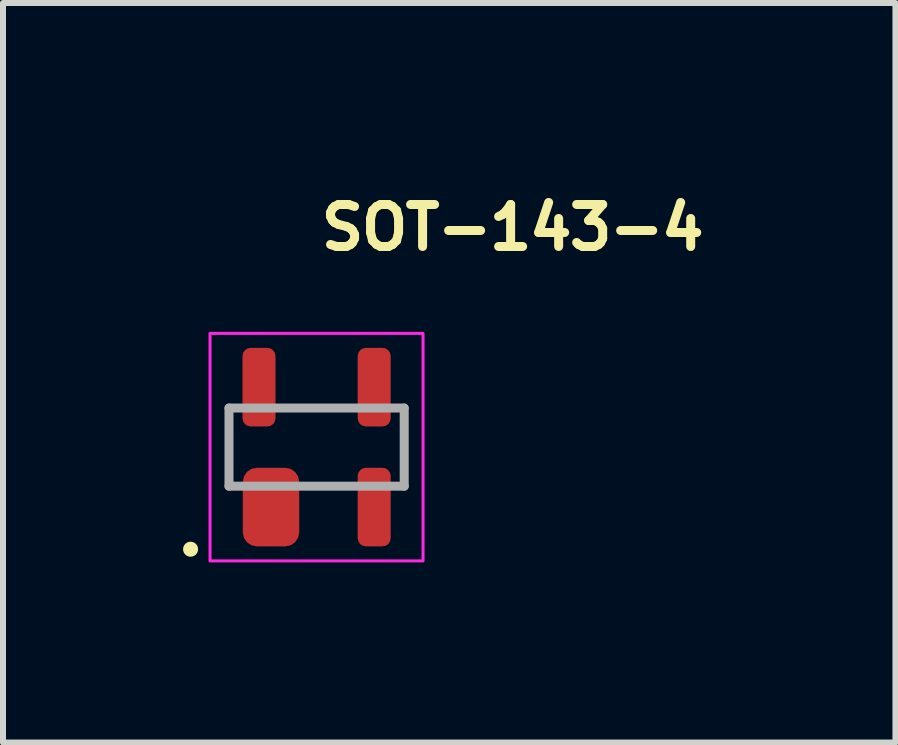
<source format=kicad_pcb>
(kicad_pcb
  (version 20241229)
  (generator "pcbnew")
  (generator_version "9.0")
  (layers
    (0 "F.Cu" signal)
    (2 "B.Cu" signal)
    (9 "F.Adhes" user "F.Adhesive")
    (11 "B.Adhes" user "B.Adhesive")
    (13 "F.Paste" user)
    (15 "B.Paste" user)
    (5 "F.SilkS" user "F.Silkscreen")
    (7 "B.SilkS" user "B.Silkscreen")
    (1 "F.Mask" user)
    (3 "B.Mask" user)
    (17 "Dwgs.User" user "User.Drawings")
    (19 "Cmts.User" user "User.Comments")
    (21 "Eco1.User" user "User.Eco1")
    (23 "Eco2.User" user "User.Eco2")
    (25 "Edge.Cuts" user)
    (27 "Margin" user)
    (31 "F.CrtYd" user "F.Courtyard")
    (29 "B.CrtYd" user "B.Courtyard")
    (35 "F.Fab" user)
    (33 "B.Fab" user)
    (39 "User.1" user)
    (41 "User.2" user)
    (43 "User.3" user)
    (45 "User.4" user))
  (footprint "SOT-143-4"
    (layer "F.Cu")
    (at 2.225 4.4)
    (property "Reference" "SOT-143-4" (at 0 -3.25 0) (layer "F.SilkS") (effects (font (size 0.7 0.7) (thickness 0.15)) (justify left bottom)))
    (attr smd)
    (fp_circle (center -2.1 1.7) (end -2.05 1.7) (stroke (width 0.15) (type solid)) (fill yes) (layer "F.SilkS"))
    (fp_rect (start -1.776 -1.896) (end 1.773 1.895) (stroke (width 0.05) (type solid)) (fill no) (layer "F.CrtYd"))
    (fp_line (start -1.46 0.65) (end -1.46 -0.652) (stroke (width 0.15) (type solid)) (layer "F.Fab"))
    (fp_line (start -1.46 0.65) (end 1.459 0.65) (stroke (width 0.15) (type solid)) (layer "F.Fab"))
    (fp_line (start 1.459 -0.652) (end -1.46 -0.652) (stroke (width 0.15) (type solid)) (layer "F.Fab"))
    (fp_line (start 1.459 -0.652) (end 1.459 0.65) (stroke (width 0.15) (type solid)) (layer "F.Fab"))
    (fp_rect (start -1.526 -1.321) (end 1.523 1.32) (stroke (width 0.1) (type solid)) (fill no) (layer "User.5"))
    (fp_line (start -1.524 -0.699) (end 1.523 -0.699) (stroke (width 0.02) (type solid)) (layer "User.9"))
    (fp_line (start -1.524 0.697) (end -1.524 -0.699) (stroke (width 0.02) (type solid)) (layer "User.9"))
    (fp_line (start -1.524 0.697) (end -1.373 0.672) (stroke (width 0.02) (type solid)) (layer "User.9"))
    (fp_line (start -1.373 -0.675) (end -1.526 -0.7) (stroke (width 0.02) (type solid)) (layer "User.9"))
    (fp_line (start -1.373 -0.675) (end 1.372 -0.675) (stroke (width 0.02) (type solid)) (layer "User.9"))
    (fp_line (start -1.373 0.673) (end -1.373 -0.675) (stroke (width 0.02) (type solid)) (layer "User.9"))
    (fp_line (start -1.214 -1.321) (end -0.706 -1.321) (stroke (width 0.02) (type solid)) (layer "User.9"))
    (fp_line (start -1.214 -1.258) (end -1.214 -1.321) (stroke (width 0.02) (type solid)) (layer "User.9"))
    (fp_line (start -1.214 -1.111) (end -1.214 -1.258) (stroke (width 0.02) (type solid)) (layer "User.9"))
    (fp_line (start -1.214 -1.057) (end -1.214 -1.111) (stroke (width 0.02) (type solid)) (layer "User.9"))
    (fp_line (start -1.214 -0.763) (end -1.214 -1.059) (stroke (width 0.02) (type solid)) (layer "User.9"))
    (fp_line (start -1.214 -0.7) (end -1.214 -0.763) (stroke (width 0.02) (type solid)) (layer "User.9"))
    (fp_line (start -1.214 -0.7) (end -0.706 -0.7) (stroke (width 0.02) (type solid)) (layer "User.9"))
    (fp_line (start -1.214 0.761) (end -1.214 0.697) (stroke (width 0.02) (type solid)) (layer "User.9"))
    (fp_line (start -1.214 1.056) (end -1.214 0.761) (stroke (width 0.02) (type solid)) (layer "User.9"))
    (fp_line (start -1.214 1.108) (end -1.214 1.056) (stroke (width 0.02) (type solid)) (layer "User.9"))
    (fp_line (start -1.214 1.255) (end -1.214 1.108) (stroke (width 0.02) (type solid)) (layer "User.9"))
    (fp_line (start -1.214 1.32) (end -1.214 1.255) (stroke (width 0.02) (type solid)) (layer "User.9"))
    (fp_line (start -0.822 0.371) (end -0.822 0.374) (stroke (width 0.02) (type solid)) (layer "User.9"))
    (fp_line (start -0.822 0.374) (end -0.822 0.374) (stroke (width 0.02) (type solid)) (layer "User.9"))
    (fp_line (start -0.822 0.374) (end -0.822 0.378) (stroke (width 0.02) (type solid)) (layer "User.9"))
    (fp_line (start -0.822 0.378) (end -0.821 0.382) (stroke (width 0.02) (type solid)) (layer "User.9"))
    (fp_line (start -0.821 0.363) (end -0.821 0.367) (stroke (width 0.02) (type solid)) (layer "User.9"))
    (fp_line (start -0.821 0.367) (end -0.822 0.371) (stroke (width 0.02) (type solid)) (layer "User.9"))
    (fp_line (start -0.821 0.382) (end -0.821 0.387) (stroke (width 0.02) (type solid)) (layer "User.9"))
    (fp_line (start -0.821 0.387) (end -0.82 0.391) (stroke (width 0.02) (type solid)) (layer "User.9"))
    (fp_line (start -0.82 0.359) (end -0.821 0.363) (stroke (width 0.02) (type solid)) (layer "User.9"))
    (fp_line (start -0.82 0.391) (end -0.819 0.395) (stroke (width 0.02) (type solid)) (layer "User.9"))
    (fp_line (start -0.819 0.355) (end -0.82 0.359) (stroke (width 0.02) (type solid)) (layer "User.9"))
    (fp_line (start -0.819 0.395) (end -0.818 0.398) (stroke (width 0.02) (type solid)) (layer "User.9"))
    (fp_line (start -0.818 0.352) (end -0.819 0.355) (stroke (width 0.02) (type solid)) (layer "User.9"))
    (fp_line (start -0.818 0.398) (end -0.817 0.402) (stroke (width 0.02) (type solid)) (layer "User.9"))
    (fp_line (start -0.817 0.349) (end -0.818 0.352) (stroke (width 0.02) (type solid)) (layer "User.9"))
    (fp_line (start -0.817 0.402) (end -0.816 0.405) (stroke (width 0.02) (type solid)) (layer "User.9"))
    (fp_line (start -0.816 0.346) (end -0.817 0.349) (stroke (width 0.02) (type solid)) (layer "User.9"))
    (fp_line (start -0.816 0.405) (end -0.814 0.409) (stroke (width 0.02) (type solid)) (layer "User.9"))
    (fp_line (start -0.814 0.342) (end -0.816 0.346) (stroke (width 0.02) (type solid)) (layer "User.9"))
    (fp_line (start -0.814 0.409) (end -0.813 0.412) (stroke (width 0.02) (type solid)) (layer "User.9"))
    (fp_line (start -0.813 0.339) (end -0.814 0.342) (stroke (width 0.02) (type solid)) (layer "User.9"))
    (fp_line (start -0.813 0.412) (end -0.811 0.415) (stroke (width 0.02) (type solid)) (layer "User.9"))
    (fp_line (start -0.811 0.336) (end -0.813 0.339) (stroke (width 0.02) (type solid)) (layer "User.9"))
    (fp_line (start -0.811 0.415) (end -0.809 0.417) (stroke (width 0.02) (type solid)) (layer "User.9"))
    (fp_line (start -0.809 0.333) (end -0.811 0.336) (stroke (width 0.02) (type solid)) (layer "User.9"))
    (fp_line (start -0.809 0.417) (end -0.807 0.42) (stroke (width 0.02) (type solid)) (layer "User.9"))
    (fp_line (start -0.807 0.33) (end -0.809 0.333) (stroke (width 0.02) (type solid)) (layer "User.9"))
    (fp_line (start -0.807 0.42) (end -0.804 0.423) (stroke (width 0.02) (type solid)) (layer "User.9"))
    (fp_line (start -0.804 0.327) (end -0.807 0.33) (stroke (width 0.02) (type solid)) (layer "User.9"))
    (fp_line (start -0.804 0.423) (end -0.802 0.426) (stroke (width 0.02) (type solid)) (layer "User.9"))
    (fp_line (start -0.802 0.324) (end -0.804 0.327) (stroke (width 0.02) (type solid)) (layer "User.9"))
    (fp_line (start -0.802 0.426) (end -0.799 0.428) (stroke (width 0.02) (type solid)) (layer "User.9"))
    (fp_line (start -0.799 0.322) (end -0.802 0.324) (stroke (width 0.02) (type solid)) (layer "User.9"))
    (fp_line (start -0.799 0.428) (end -0.797 0.431) (stroke (width 0.02) (type solid)) (layer "User.9"))
    (fp_line (start -0.797 0.318) (end -0.799 0.322) (stroke (width 0.02) (type solid)) (layer "User.9"))
    (fp_line (start -0.797 0.431) (end -0.794 0.433) (stroke (width 0.02) (type solid)) (layer "User.9"))
    (fp_line (start -0.794 0.316) (end -0.797 0.318) (stroke (width 0.02) (type solid)) (layer "User.9"))
    (fp_line (start -0.794 0.433) (end -0.791 0.436) (stroke (width 0.02) (type solid)) (layer "User.9"))
    (fp_line (start -0.791 0.313) (end -0.794 0.316) (stroke (width 0.02) (type solid)) (layer "User.9"))
    (fp_line (start -0.791 0.436) (end -0.788 0.438) (stroke (width 0.02) (type solid)) (layer "User.9"))
    (fp_line (start -0.788 0.311) (end -0.791 0.313) (stroke (width 0.02) (type solid)) (layer "User.9"))
    (fp_line (start -0.788 0.438) (end -0.785 0.44) (stroke (width 0.02) (type solid)) (layer "User.9"))
    (fp_line (start -0.785 0.309) (end -0.788 0.311) (stroke (width 0.02) (type solid)) (layer "User.9"))
    (fp_line (start -0.785 0.44) (end -0.782 0.442) (stroke (width 0.02) (type solid)) (layer "User.9"))
    (fp_line (start -0.782 0.307) (end -0.785 0.309) (stroke (width 0.02) (type solid)) (layer "User.9"))
    (fp_line (start -0.782 0.442) (end -0.779 0.443) (stroke (width 0.02) (type solid)) (layer "User.9"))
    (fp_line (start -0.779 0.306) (end -0.782 0.307) (stroke (width 0.02) (type solid)) (layer "User.9"))
    (fp_line (start -0.779 0.443) (end -0.775 0.445) (stroke (width 0.02) (type solid)) (layer "User.9"))
    (fp_line (start -0.775 0.304) (end -0.779 0.306) (stroke (width 0.02) (type solid)) (layer "User.9"))
    (fp_line (start -0.775 0.445) (end -0.772 0.446) (stroke (width 0.02) (type solid)) (layer "User.9"))
    (fp_line (start -0.772 0.303) (end -0.775 0.304) (stroke (width 0.02) (type solid)) (layer "User.9"))
    (fp_line (start -0.772 0.446) (end -0.767 0.448) (stroke (width 0.02) (type solid)) (layer "User.9"))
    (fp_line (start -0.767 0.302) (end -0.772 0.303) (stroke (width 0.02) (type solid)) (layer "User.9"))
    (fp_line (start -0.767 0.448) (end -0.764 0.449) (stroke (width 0.02) (type solid)) (layer "User.9"))
    (fp_line (start -0.764 0.301) (end -0.767 0.302) (stroke (width 0.02) (type solid)) (layer "User.9"))
    (fp_line (start -0.764 0.449) (end -0.76 0.45) (stroke (width 0.02) (type solid)) (layer "User.9"))
    (fp_line (start -0.76 0.3) (end -0.764 0.301) (stroke (width 0.02) (type solid)) (layer "User.9"))
    (fp_line (start -0.76 0.45) (end -0.756 0.451) (stroke (width 0.02) (type solid)) (layer "User.9"))
    (fp_line (start -0.756 0.299) (end -0.76 0.3) (stroke (width 0.02) (type solid)) (layer "User.9"))
    (fp_line (start -0.756 0.451) (end -0.752 0.451) (stroke (width 0.02) (type solid)) (layer "User.9"))
    (fp_line (start -0.752 0.299) (end -0.756 0.299) (stroke (width 0.02) (type solid)) (layer "User.9"))
    (fp_line (start -0.752 0.451) (end -0.748 0.452) (stroke (width 0.02) (type solid)) (layer "User.9"))
    (fp_line (start -0.748 0.298) (end -0.752 0.299) (stroke (width 0.02) (type solid)) (layer "User.9"))
    (fp_line (start -0.748 0.452) (end -0.744 0.452) (stroke (width 0.02) (type solid)) (layer "User.9"))
    (fp_line (start -0.744 0.298) (end -0.748 0.298) (stroke (width 0.02) (type solid)) (layer "User.9"))
    (fp_line (start -0.744 0.298) (end -0.744 0.298) (stroke (width 0.02) (type solid)) (layer "User.9"))
    (fp_line (start -0.744 0.452) (end -0.744 0.452) (stroke (width 0.02) (type solid)) (layer "User.9"))
    (fp_line (start -0.744 0.452) (end -0.741 0.452) (stroke (width 0.02) (type solid)) (layer "User.9"))
    (fp_line (start -0.741 0.298) (end -0.744 0.298) (stroke (width 0.02) (type solid)) (layer "User.9"))
    (fp_line (start -0.741 0.452) (end -0.737 0.451) (stroke (width 0.02) (type solid)) (layer "User.9"))
    (fp_line (start -0.737 0.299) (end -0.741 0.298) (stroke (width 0.02) (type solid)) (layer "User.9"))
    (fp_line (start -0.737 0.451) (end -0.733 0.451) (stroke (width 0.02) (type solid)) (layer "User.9"))
    (fp_line (start -0.733 0.299) (end -0.737 0.299) (stroke (width 0.02) (type solid)) (layer "User.9"))
    (fp_line (start -0.733 0.451) (end -0.729 0.45) (stroke (width 0.02) (type solid)) (layer "User.9"))
    (fp_line (start -0.729 0.3) (end -0.733 0.299) (stroke (width 0.02) (type solid)) (layer "User.9"))
    (fp_line (start -0.729 0.45) (end -0.725 0.449) (stroke (width 0.02) (type solid)) (layer "User.9"))
    (fp_line (start -0.725 0.301) (end -0.729 0.3) (stroke (width 0.02) (type solid)) (layer "User.9"))
    (fp_line (start -0.725 0.449) (end -0.722 0.448) (stroke (width 0.02) (type solid)) (layer "User.9"))
    (fp_line (start -0.722 0.302) (end -0.725 0.301) (stroke (width 0.02) (type solid)) (layer "User.9"))
    (fp_line (start -0.722 0.448) (end -0.718 0.446) (stroke (width 0.02) (type solid)) (layer "User.9"))
    (fp_line (start -0.718 0.303) (end -0.722 0.302) (stroke (width 0.02) (type solid)) (layer "User.9"))
    (fp_line (start -0.718 0.446) (end -0.715 0.445) (stroke (width 0.02) (type solid)) (layer "User.9"))
    (fp_line (start -0.715 0.304) (end -0.718 0.303) (stroke (width 0.02) (type solid)) (layer "User.9"))
    (fp_line (start -0.715 0.445) (end -0.711 0.443) (stroke (width 0.02) (type solid)) (layer "User.9"))
    (fp_line (start -0.711 0.306) (end -0.715 0.304) (stroke (width 0.02) (type solid)) (layer "User.9"))
    (fp_line (start -0.711 0.443) (end -0.708 0.442) (stroke (width 0.02) (type solid)) (layer "User.9"))
    (fp_line (start -0.708 0.307) (end -0.711 0.306) (stroke (width 0.02) (type solid)) (layer "User.9"))
    (fp_line (start -0.708 0.442) (end -0.705 0.44) (stroke (width 0.02) (type solid)) (layer "User.9"))
    (fp_line (start -0.706 -1.321) (end -0.706 -1.258) (stroke (width 0.02) (type solid)) (layer "User.9"))
    (fp_line (start -0.706 -1.258) (end -0.706 -1.111) (stroke (width 0.02) (type solid)) (layer "User.9"))
    (fp_line (start -0.706 -1.109) (end -0.706 -1.057) (stroke (width 0.02) (type solid)) (layer "User.9"))
    (fp_line (start -0.706 -1.059) (end -0.706 -0.763) (stroke (width 0.02) (type solid)) (layer "User.9"))
    (fp_line (start -0.706 -0.763) (end -0.706 -0.699) (stroke (width 0.02) (type solid)) (layer "User.9"))
    (fp_line (start -0.705 0.309) (end -0.708 0.307) (stroke (width 0.02) (type solid)) (layer "User.9"))
    (fp_line (start -0.705 0.44) (end -0.703 0.438) (stroke (width 0.02) (type solid)) (layer "User.9"))
    (fp_line (start -0.703 0.311) (end -0.705 0.309) (stroke (width 0.02) (type solid)) (layer "User.9"))
    (fp_line (start -0.703 0.438) (end -0.7 0.436) (stroke (width 0.02) (type solid)) (layer "User.9"))
    (fp_line (start -0.7 0.313) (end -0.703 0.311) (stroke (width 0.02) (type solid)) (layer "User.9"))
    (fp_line (start -0.7 0.436) (end -0.697 0.433) (stroke (width 0.02) (type solid)) (layer "User.9"))
    (fp_line (start -0.697 0.316) (end -0.7 0.313) (stroke (width 0.02) (type solid)) (layer "User.9"))
    (fp_line (start -0.697 0.433) (end -0.694 0.431) (stroke (width 0.02) (type solid)) (layer "User.9"))
    (fp_line (start -0.694 0.318) (end -0.697 0.316) (stroke (width 0.02) (type solid)) (layer "User.9"))
    (fp_line (start -0.694 0.431) (end -0.692 0.428) (stroke (width 0.02) (type solid)) (layer "User.9"))
    (fp_line (start -0.692 0.322) (end -0.694 0.318) (stroke (width 0.02) (type solid)) (layer "User.9"))
    (fp_line (start -0.692 0.428) (end -0.689 0.426) (stroke (width 0.02) (type solid)) (layer "User.9"))
    (fp_line (start -0.689 0.324) (end -0.692 0.322) (stroke (width 0.02) (type solid)) (layer "User.9"))
    (fp_line (start -0.689 0.426) (end -0.687 0.423) (stroke (width 0.02) (type solid)) (layer "User.9"))
    (fp_line (start -0.687 0.327) (end -0.689 0.324) (stroke (width 0.02) (type solid)) (layer "User.9"))
    (fp_line (start -0.687 0.423) (end -0.684 0.42) (stroke (width 0.02) (type solid)) (layer "User.9"))
    (fp_line (start -0.684 0.33) (end -0.687 0.327) (stroke (width 0.02) (type solid)) (layer "User.9"))
    (fp_line (start -0.684 0.42) (end -0.682 0.417) (stroke (width 0.02) (type solid)) (layer "User.9"))
    (fp_line (start -0.682 0.333) (end -0.684 0.33) (stroke (width 0.02) (type solid)) (layer "User.9"))
    (fp_line (start -0.682 0.417) (end -0.68 0.415) (stroke (width 0.02) (type solid)) (layer "User.9"))
    (fp_line (start -0.68 0.336) (end -0.682 0.333) (stroke (width 0.02) (type solid)) (layer "User.9"))
    (fp_line (start -0.68 0.415) (end -0.678 0.412) (stroke (width 0.02) (type solid)) (layer "User.9"))
    (fp_line (start -0.678 0.339) (end -0.68 0.336) (stroke (width 0.02) (type solid)) (layer "User.9"))
    (fp_line (start -0.678 0.412) (end -0.677 0.409) (stroke (width 0.02) (type solid)) (layer "User.9"))
    (fp_line (start -0.677 0.342) (end -0.678 0.339) (stroke (width 0.02) (type solid)) (layer "User.9"))
    (fp_line (start -0.677 0.409) (end -0.675 0.405) (stroke (width 0.02) (type solid)) (layer "User.9"))
    (fp_line (start -0.675 0.346) (end -0.677 0.342) (stroke (width 0.02) (type solid)) (layer "User.9"))
    (fp_line (start -0.675 0.405) (end -0.674 0.402) (stroke (width 0.02) (type solid)) (layer "User.9"))
    (fp_line (start -0.674 0.349) (end -0.675 0.346) (stroke (width 0.02) (type solid)) (layer "User.9"))
    (fp_line (start -0.674 0.402) (end -0.673 0.398) (stroke (width 0.02) (type solid)) (layer "User.9"))
    (fp_line (start -0.673 0.352) (end -0.674 0.349) (stroke (width 0.02) (type solid)) (layer "User.9"))
    (fp_line (start -0.673 0.398) (end -0.672 0.395) (stroke (width 0.02) (type solid)) (layer "User.9"))
    (fp_line (start -0.672 0.355) (end -0.673 0.352) (stroke (width 0.02) (type solid)) (layer "User.9"))
    (fp_line (start -0.672 0.395) (end -0.671 0.391) (stroke (width 0.02) (type solid)) (layer "User.9"))
    (fp_line (start -0.671 0.359) (end -0.672 0.355) (stroke (width 0.02) (type solid)) (layer "User.9"))
    (fp_line (start -0.671 0.391) (end -0.67 0.387) (stroke (width 0.02) (type solid)) (layer "User.9"))
    (fp_line (start -0.67 0.363) (end -0.671 0.359) (stroke (width 0.02) (type solid)) (layer "User.9"))
    (fp_line (start -0.67 0.367) (end -0.67 0.363) (stroke (width 0.02) (type solid)) (layer "User.9"))
    (fp_line (start -0.67 0.382) (end -0.669 0.378) (stroke (width 0.02) (type solid)) (layer "User.9"))
    (fp_line (start -0.67 0.387) (end -0.67 0.382) (stroke (width 0.02) (type solid)) (layer "User.9"))
    (fp_line (start -0.669 0.371) (end -0.67 0.367) (stroke (width 0.02) (type solid)) (layer "User.9"))
    (fp_line (start -0.669 0.374) (end -0.669 0.371) (stroke (width 0.02) (type solid)) (layer "User.9"))
    (fp_line (start -0.669 0.374) (end -0.669 0.374) (stroke (width 0.02) (type solid)) (layer "User.9"))
    (fp_line (start -0.669 0.374) (end -0.669 0.374) (stroke (width 0.02) (type solid)) (layer "User.9"))
    (fp_line (start -0.669 0.378) (end -0.669 0.374) (stroke (width 0.02) (type solid)) (layer "User.9"))
    (fp_line (start -0.276 0.698) (end -1.214 0.698) (stroke (width 0.02) (type solid)) (layer "User.9"))
    (fp_line (start -0.276 0.698) (end -0.276 0.761) (stroke (width 0.02) (type solid)) (layer "User.9"))
    (fp_line (start -0.276 0.761) (end -0.276 1.056) (stroke (width 0.02) (type solid)) (layer "User.9"))
    (fp_line (start -0.276 1.056) (end -0.276 1.108) (stroke (width 0.02) (type solid)) (layer "User.9"))
    (fp_line (start -0.276 1.108) (end -0.276 1.255) (stroke (width 0.02) (type solid)) (layer "User.9"))
    (fp_line (start -0.276 1.255) (end -0.276 1.32) (stroke (width 0.02) (type solid)) (layer "User.9"))
    (fp_line (start -0.276 1.32) (end -1.214 1.32) (stroke (width 0.02) (type solid)) (layer "User.9"))
    (fp_line (start 0.704 -1.321) (end 1.213 -1.321) (stroke (width 0.02) (type solid)) (layer "User.9"))
    (fp_line (start 0.704 -1.258) (end 0.704 -1.321) (stroke (width 0.02) (type solid)) (layer "User.9"))
    (fp_line (start 0.704 -1.111) (end 0.704 -1.258) (stroke (width 0.02) (type solid)) (layer "User.9"))
    (fp_line (start 0.704 -1.057) (end 0.704 -1.111) (stroke (width 0.02) (type solid)) (layer "User.9"))
    (fp_line (start 0.704 -0.763) (end 0.704 -1.059) (stroke (width 0.02) (type solid)) (layer "User.9"))
    (fp_line (start 0.704 -0.7) (end 0.704 -0.763) (stroke (width 0.02) (type solid)) (layer "User.9"))
    (fp_line (start 0.704 -0.7) (end 1.213 -0.7) (stroke (width 0.02) (type solid)) (layer "User.9"))
    (fp_line (start 0.704 0.761) (end 0.704 0.697) (stroke (width 0.02) (type solid)) (layer "User.9"))
    (fp_line (start 0.704 1.056) (end 0.704 0.761) (stroke (width 0.02) (type solid)) (layer "User.9"))
    (fp_line (start 0.704 1.108) (end 0.704 1.056) (stroke (width 0.02) (type solid)) (layer "User.9"))
    (fp_line (start 0.704 1.255) (end 0.704 1.108) (stroke (width 0.02) (type solid)) (layer "User.9"))
    (fp_line (start 0.704 1.32) (end 0.704 1.255) (stroke (width 0.02) (type solid)) (layer "User.9"))
    (fp_line (start 1.213 -1.321) (end 1.213 -1.258) (stroke (width 0.02) (type solid)) (layer "User.9"))
    (fp_line (start 1.213 -1.258) (end 1.213 -1.111) (stroke (width 0.02) (type solid)) (layer "User.9"))
    (fp_line (start 1.213 -1.109) (end 1.213 -1.057) (stroke (width 0.02) (type solid)) (layer "User.9"))
    (fp_line (start 1.213 -1.059) (end 1.213 -0.763) (stroke (width 0.02) (type solid)) (layer "User.9"))
    (fp_line (start 1.213 -0.763) (end 1.213 -0.699) (stroke (width 0.02) (type solid)) (layer "User.9"))
    (fp_line (start 1.213 0.698) (end 0.704 0.698) (stroke (width 0.02) (type solid)) (layer "User.9"))
    (fp_line (start 1.213 0.698) (end 1.213 0.761) (stroke (width 0.02) (type solid)) (layer "User.9"))
    (fp_line (start 1.213 0.761) (end 1.213 1.056) (stroke (width 0.02) (type solid)) (layer "User.9"))
    (fp_line (start 1.213 1.056) (end 1.213 1.108) (stroke (width 0.02) (type solid)) (layer "User.9"))
    (fp_line (start 1.213 1.108) (end 1.213 1.255) (stroke (width 0.02) (type solid)) (layer "User.9"))
    (fp_line (start 1.213 1.255) (end 1.213 1.32) (stroke (width 0.02) (type solid)) (layer "User.9"))
    (fp_line (start 1.213 1.32) (end 0.704 1.32) (stroke (width 0.02) (type solid)) (layer "User.9"))
    (fp_line (start 1.372 -0.675) (end 1.372 0.673) (stroke (width 0.02) (type solid)) (layer "User.9"))
    (fp_line (start 1.372 -0.675) (end 1.523 -0.7) (stroke (width 0.02) (type solid)) (layer "User.9"))
    (fp_line (start 1.372 0.673) (end -1.373 0.673) (stroke (width 0.02) (type solid)) (layer "User.9"))
    (fp_line (start 1.372 0.673) (end 1.523 0.698) (stroke (width 0.02) (type solid)) (layer "User.9"))
    (fp_line (start 1.523 -0.699) (end 1.523 0.697) (stroke (width 0.02) (type solid)) (layer "User.9"))
    (fp_line (start 1.523 0.697) (end -1.524 0.697) (stroke (width 0.02) (type solid)) (layer "User.9"))
    (pad "1" smd roundrect (at -0.76 0.998) (size 0.94 1.31) (layers "F.Cu" "F.Mask" "F.Paste") (roundrect_rratio 0.25))
    (pad "2" smd roundrect (at 0.959 0.998) (size 0.55 1.31) (layers "F.Cu" "F.Mask" "F.Paste") (roundrect_rratio 0.25))
    (pad "3" smd roundrect (at 0.959 -1) (size 0.55 1.31) (layers "F.Cu" "F.Mask" "F.Paste") (roundrect_rratio 0.25))
    (pad "4" smd roundrect (at -0.96 -1) (size 0.55 1.31) (layers "F.Cu" "F.Mask" "F.Paste") (roundrect_rratio 0.25)))
  (gr_rect
    (start -3 -3)
    (end 11.868 9.32)
    (stroke (width 0.1) (type default))
    (fill no)
    (layer "Edge.Cuts")))
</source>
